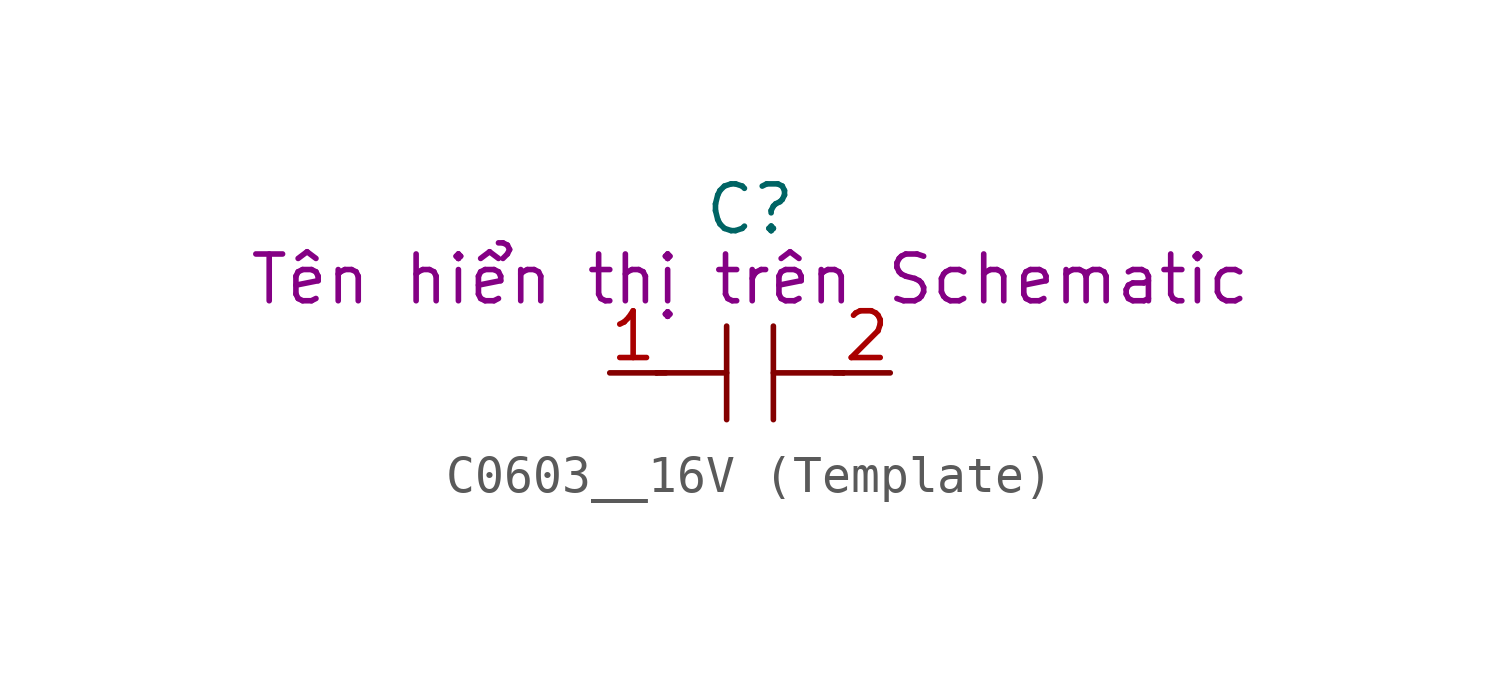
<source format=kicad_sym>
(kicad_symbol_lib
  (version 20211014)
  (generator kicad_symbol_editor)
  (symbol "C0603__16V (Template)"
    (pin_names
      (offset 1.016))
    (property "Reference" "C"
      (at 0 4.445 0)
      (effects (font (size 1.27 1.27))))
    (property "Symbol" "Tên hiển thị trên Schematic"
      (at 0 2.54 0)
      (effects (font (size 1.27 1.27))))
    (symbol "C0603__16V (Template)_1_1"
      (polyline (pts (xy -2.54 0) (xy -0.635 0)) (stroke (width 0) (type default) (color 0 0 0 0)) (fill (type none)))
      (polyline (pts (xy -2.286 0) (xy -2.54 0)) (stroke (width 0) (type default) (color 0 0 0 0)) (fill (type none)))
      (polyline (pts (xy -0.635 1.27) (xy -0.635 -1.27)) (stroke (width 0) (type default) (color 0 0 0 0)) (fill (type none)))
      (polyline (pts (xy 0.635 0) (xy 2.54 0)) (stroke (width 0) (type default) (color 0 0 0 0)) (fill (type none)))
      (polyline (pts (xy 0.635 1.27) (xy 0.635 -1.27)) (stroke (width 0) (type default) (color 0 0 0 0)) (fill (type none)))
      (polyline (pts (xy 2.286 0) (xy 2.54 0)) (stroke (width 0) (type default) (color 0 0 0 0)) (fill (type none)))
      (pin passive line (at -3.81 0 0) (length 1.27) (name "~" (effects (font (size 1.27 1.27)))) (number "1" (effects (font (size 1.27 1.27)))))
      (pin passive line (at 3.81 0 180) (length 1.27) (name "~" (effects (font (size 1.27 1.27)))) (number "2" (effects (font (size 1.27 1.27))))))))
</source>
